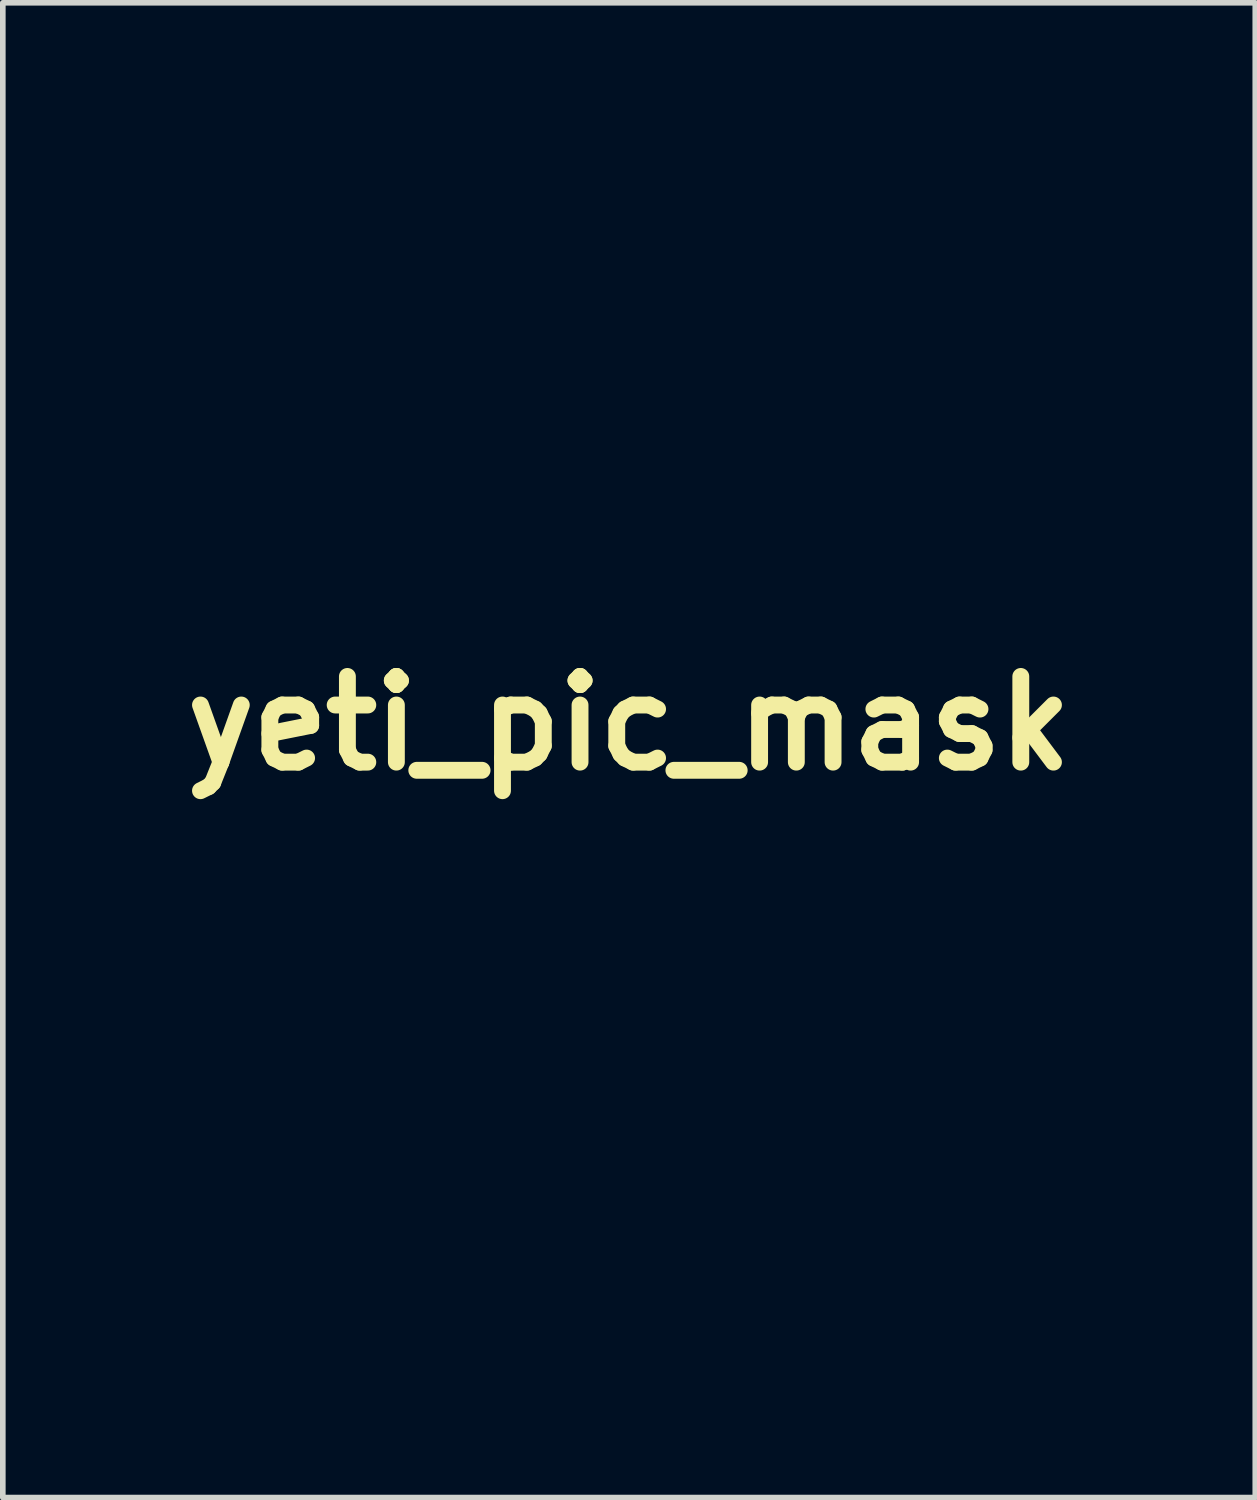
<source format=kicad_pcb>
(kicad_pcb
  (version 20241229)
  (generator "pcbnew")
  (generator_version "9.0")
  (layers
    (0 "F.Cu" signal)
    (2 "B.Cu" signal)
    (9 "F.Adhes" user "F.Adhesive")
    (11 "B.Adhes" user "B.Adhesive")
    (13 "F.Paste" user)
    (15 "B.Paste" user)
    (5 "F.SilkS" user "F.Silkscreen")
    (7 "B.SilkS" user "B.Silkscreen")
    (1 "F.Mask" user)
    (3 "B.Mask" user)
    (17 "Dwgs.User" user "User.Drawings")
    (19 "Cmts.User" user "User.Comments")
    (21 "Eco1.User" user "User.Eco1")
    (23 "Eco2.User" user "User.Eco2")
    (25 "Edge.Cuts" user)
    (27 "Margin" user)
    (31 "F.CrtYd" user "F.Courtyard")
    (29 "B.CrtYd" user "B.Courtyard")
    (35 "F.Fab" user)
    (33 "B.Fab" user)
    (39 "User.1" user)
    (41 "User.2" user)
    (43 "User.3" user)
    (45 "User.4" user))
  (footprint "yeti_pic_mask"
    (layer "F.Cu")
    (at 8.135 9.813)
    (property "Reference" "yeti_pic_mask" (at 0 0 0) (layer "F.SilkS") (effects (font (size 1.524 1.524) (thickness 0.3))))
    (attr board_only exclude_from_pos_files exclude_from_bom)
    (fp_poly (pts (xy 1.015 -9.812) (xy 1.189 -9.81) (xy 1.358 -9.806) (xy 1.523 -9.801) (xy 1.688 -9.794) (xy 1.803 -9.788) (xy 1.885 -9.784) (xy 1.956 -9.778) (xy 2.017 -9.771) (xy 2.072 -9.762) (xy 2.123 -9.751) (xy 2.172 -9.736) (xy 2.222 -9.718) (xy 2.275 -9.696) (xy 2.334 -9.669) (xy 2.339 -9.667) (xy 2.378 -9.649) (xy 2.414 -9.634) (xy 2.45 -9.621) (xy 2.485 -9.61) (xy 2.524 -9.6) (xy 2.566 -9.592) (xy 2.614 -9.585) (xy 2.669 -9.578) (xy 2.733 -9.572) (xy 2.808 -9.566) (xy 2.896 -9.56) (xy 2.899 -9.56) (xy 2.948 -9.556) (xy 2.992 -9.553) (xy 3.028 -9.549) (xy 3.057 -9.547) (xy 3.074 -9.544) (xy 3.079 -9.543) (xy 3.074 -9.537) (xy 3.06 -9.525) (xy 3.041 -9.508) (xy 3.035 -9.504) (xy 3.018 -9.489) (xy 2.996 -9.467) (xy 2.971 -9.442) (xy 2.944 -9.414) (xy 2.918 -9.386) (xy 2.894 -9.36) (xy 2.875 -9.338) (xy 2.862 -9.322) (xy 2.858 -9.315) (xy 2.864 -9.313) (xy 2.88 -9.314) (xy 2.895 -9.316) (xy 2.93 -9.32) (xy 2.971 -9.324) (xy 3.015 -9.328) (xy 3.062 -9.33) (xy 3.108 -9.331) (xy 3.152 -9.332) (xy 3.192 -9.332) (xy 3.225 -9.33) (xy 3.25 -9.328) (xy 3.265 -9.325) (xy 3.267 -9.321) (xy 3.261 -9.316) (xy 3.244 -9.303) (xy 3.218 -9.283) (xy 3.184 -9.258) (xy 3.143 -9.227) (xy 3.096 -9.191) (xy 3.043 -9.153) (xy 2.987 -9.111) (xy 2.967 -9.096) (xy 2.67 -8.876) (xy 2.712 -8.875) (xy 2.762 -8.872) (xy 2.809 -8.869) (xy 2.851 -8.865) (xy 2.887 -8.861) (xy 2.913 -8.858) (xy 2.928 -8.854) (xy 2.931 -8.853) (xy 2.933 -8.848) (xy 2.932 -8.842) (xy 2.928 -8.831) (xy 2.92 -8.816) (xy 2.907 -8.795) (xy 2.889 -8.768) (xy 2.864 -8.732) (xy 2.832 -8.688) (xy 2.793 -8.634) (xy 2.776 -8.609) (xy 2.726 -8.54) (xy 2.685 -8.482) (xy 2.652 -8.433) (xy 2.626 -8.393) (xy 2.607 -8.361) (xy 2.595 -8.336) (xy 2.589 -8.318) (xy 2.588 -8.305) (xy 2.592 -8.297) (xy 2.6 -8.293) (xy 2.61 -8.292) (xy 2.633 -8.291) (xy 2.665 -8.29) (xy 2.704 -8.29) (xy 2.749 -8.289) (xy 2.762 -8.289) (xy 2.835 -8.289) (xy 2.897 -8.286) (xy 2.95 -8.282) (xy 2.997 -8.275) (xy 3.042 -8.265) (xy 3.086 -8.252) (xy 3.153 -8.226) (xy 3.215 -8.193) (xy 3.271 -8.155) (xy 3.316 -8.115) (xy 3.343 -8.083) (xy 3.368 -8.041) (xy 3.381 -8.002) (xy 3.383 -7.963) (xy 3.382 -7.955) (xy 3.37 -7.921) (xy 3.345 -7.888) (xy 3.31 -7.858) (xy 3.266 -7.832) (xy 3.214 -7.81) (xy 3.157 -7.793) (xy 3.097 -7.783) (xy 3.04 -7.78) (xy 2.983 -7.784) (xy 2.918 -7.795) (xy 2.847 -7.812) (xy 2.774 -7.835) (xy 2.701 -7.861) (xy 2.633 -7.891) (xy 2.571 -7.922) (xy 2.519 -7.955) (xy 2.506 -7.964) (xy 2.474 -7.988) (xy 2.464 -7.972) (xy 2.456 -7.96) (xy 2.444 -7.938) (xy 2.43 -7.909) (xy 2.416 -7.882) (xy 2.379 -7.808) (xy 2.397 -7.792) (xy 2.41 -7.783) (xy 2.432 -7.768) (xy 2.461 -7.75) (xy 2.494 -7.73) (xy 2.507 -7.722) (xy 2.542 -7.701) (xy 2.574 -7.68) (xy 2.602 -7.661) (xy 2.622 -7.647) (xy 2.626 -7.644) (xy 2.654 -7.62) (xy 2.611 -7.599) (xy 2.561 -7.576) (xy 2.506 -7.555) (xy 2.454 -7.539) (xy 2.428 -7.533) (xy 2.407 -7.528) (xy 2.392 -7.523) (xy 2.387 -7.519) (xy 2.393 -7.512) (xy 2.409 -7.499) (xy 2.432 -7.481) (xy 2.461 -7.461) (xy 2.494 -7.439) (xy 2.527 -7.419) (xy 2.557 -7.4) (xy 2.586 -7.38) (xy 2.609 -7.362) (xy 2.615 -7.357) (xy 2.646 -7.33) (xy 2.616 -7.31) (xy 2.588 -7.289) (xy 2.551 -7.259) (xy 2.509 -7.223) (xy 2.463 -7.181) (xy 2.416 -7.136) (xy 2.368 -7.089) (xy 2.345 -7.065) (xy 2.312 -7.031) (xy 2.288 -7.006) (xy 2.272 -6.988) (xy 2.263 -6.976) (xy 2.259 -6.97) (xy 2.261 -6.966) (xy 2.267 -6.964) (xy 2.268 -6.964) (xy 2.281 -6.964) (xy 2.305 -6.966) (xy 2.339 -6.97) (xy 2.379 -6.974) (xy 2.423 -6.979) (xy 2.428 -6.98) (xy 2.555 -6.996) (xy 2.67 -7.008) (xy 2.778 -7.018) (xy 2.881 -7.025) (xy 2.982 -7.03) (xy 3.085 -7.033) (xy 3.192 -7.033) (xy 3.3 -7.032) (xy 3.397 -7.03) (xy 3.484 -7.027) (xy 3.564 -7.022) (xy 3.64 -7.016) (xy 3.718 -7.009) (xy 3.799 -6.999) (xy 3.863 -6.991) (xy 3.902 -6.985) (xy 3.94 -6.978) (xy 3.98 -6.969) (xy 4.025 -6.959) (xy 4.077 -6.945) (xy 4.139 -6.928) (xy 4.18 -6.916) (xy 4.371 -6.86) (xy 4.562 -6.8) (xy 4.75 -6.737) (xy 4.936 -6.672) (xy 5.116 -6.605) (xy 5.29 -6.538) (xy 5.456 -6.47) (xy 5.611 -6.402) (xy 5.755 -6.335) (xy 5.848 -6.289) (xy 5.884 -6.271) (xy 5.925 -6.249) (xy 5.97 -6.224) (xy 6.016 -6.198) (xy 6.062 -6.172) (xy 6.107 -6.146) (xy 6.149 -6.122) (xy 6.185 -6.1) (xy 6.215 -6.082) (xy 6.237 -6.068) (xy 6.249 -6.06) (xy 6.25 -6.058) (xy 6.243 -6.051) (xy 6.223 -6.042) (xy 6.191 -6.031) (xy 6.146 -6.017) (xy 6.091 -6.002) (xy 6.026 -5.984) (xy 5.951 -5.966) (xy 5.868 -5.945) (xy 5.776 -5.924) (xy 5.705 -5.908) (xy 5.65 -5.896) (xy 5.6 -5.884) (xy 5.555 -5.874) (xy 5.518 -5.865) (xy 5.491 -5.858) (xy 5.474 -5.854) (xy 5.471 -5.853) (xy 5.469 -5.845) (xy 5.478 -5.831) (xy 5.498 -5.809) (xy 5.527 -5.781) (xy 5.566 -5.747) (xy 5.613 -5.708) (xy 5.667 -5.665) (xy 5.73 -5.617) (xy 5.758 -5.596) (xy 5.805 -5.561) (xy 5.852 -5.525) (xy 5.897 -5.49) (xy 5.938 -5.458) (xy 5.972 -5.431) (xy 5.996 -5.411) (xy 6.032 -5.379) (xy 6.062 -5.349) (xy 6.087 -5.323) (xy 6.104 -5.303) (xy 6.113 -5.289) (xy 6.112 -5.283) (xy 6.104 -5.282) (xy 6.084 -5.281) (xy 6.054 -5.28) (xy 6.015 -5.28) (xy 5.971 -5.28) (xy 5.948 -5.28) (xy 5.787 -5.281) (xy 5.831 -5.229) (xy 5.847 -5.208) (xy 5.871 -5.178) (xy 5.898 -5.141) (xy 5.929 -5.1) (xy 5.96 -5.057) (xy 5.977 -5.033) (xy 6.017 -4.977) (xy 6.051 -4.93) (xy 6.081 -4.891) (xy 6.107 -4.857) (xy 6.133 -4.826) (xy 6.159 -4.795) (xy 6.188 -4.764) (xy 6.222 -4.728) (xy 6.234 -4.716) (xy 6.298 -4.644) (xy 6.366 -4.561) (xy 6.435 -4.468) (xy 6.505 -4.367) (xy 6.574 -4.26) (xy 6.631 -4.164) (xy 6.646 -4.136) (xy 6.661 -4.104) (xy 6.676 -4.071) (xy 6.688 -4.039) (xy 6.696 -4.014) (xy 6.699 -3.998) (xy 6.699 -3.997) (xy 6.698 -3.994) (xy 6.692 -3.992) (xy 6.681 -3.992) (xy 6.663 -3.995) (xy 6.635 -4) (xy 6.597 -4.009) (xy 6.561 -4.017) (xy 6.479 -4.036) (xy 6.401 -4.058) (xy 6.329 -4.081) (xy 6.264 -4.105) (xy 6.209 -4.129) (xy 6.166 -4.152) (xy 6.15 -4.162) (xy 6.138 -4.171) (xy 6.129 -4.175) (xy 6.123 -4.175) (xy 6.12 -4.169) (xy 6.121 -4.156) (xy 6.126 -4.135) (xy 6.135 -4.106) (xy 6.149 -4.066) (xy 6.167 -4.015) (xy 6.189 -3.952) (xy 6.195 -3.938) (xy 6.216 -3.879) (xy 6.236 -3.822) (xy 6.255 -3.768) (xy 6.271 -3.72) (xy 6.284 -3.68) (xy 6.294 -3.649) (xy 6.298 -3.635) (xy 6.305 -3.605) (xy 6.31 -3.57) (xy 6.315 -3.533) (xy 6.319 -3.496) (xy 6.321 -3.462) (xy 6.322 -3.435) (xy 6.32 -3.415) (xy 6.317 -3.407) (xy 6.316 -3.407) (xy 6.309 -3.411) (xy 6.294 -3.424) (xy 6.275 -3.443) (xy 6.268 -3.45) (xy 6.231 -3.486) (xy 6.187 -3.525) (xy 6.141 -3.563) (xy 6.098 -3.596) (xy 6.084 -3.606) (xy 6.044 -3.63) (xy 5.998 -3.653) (xy 5.949 -3.674) (xy 5.901 -3.692) (xy 5.857 -3.705) (xy 5.819 -3.712) (xy 5.804 -3.713) (xy 5.787 -3.711) (xy 5.774 -3.706) (xy 5.764 -3.695) (xy 5.756 -3.676) (xy 5.749 -3.647) (xy 5.743 -3.606) (xy 5.74 -3.588) (xy 5.736 -3.56) (xy 5.733 -3.531) (xy 5.731 -3.5) (xy 5.729 -3.467) (xy 5.728 -3.43) (xy 5.728 -3.389) (xy 5.728 -3.342) (xy 5.73 -3.288) (xy 5.732 -3.227) (xy 5.735 -3.157) (xy 5.738 -3.078) (xy 5.743 -2.989) (xy 5.748 -2.888) (xy 5.755 -2.776) (xy 5.762 -2.649) (xy 5.762 -2.648) (xy 5.766 -2.576) (xy 5.77 -2.501) (xy 5.774 -2.427) (xy 5.778 -2.355) (xy 5.782 -2.29) (xy 5.784 -2.233) (xy 5.786 -2.187) (xy 5.787 -2.184) (xy 5.788 -2.143) (xy 5.789 -2.089) (xy 5.791 -2.022) (xy 5.792 -1.944) (xy 5.793 -1.855) (xy 5.794 -1.758) (xy 5.795 -1.652) (xy 5.796 -1.538) (xy 5.797 -1.419) (xy 5.797 -1.294) (xy 5.798 -1.164) (xy 5.798 -1.031) (xy 5.799 -0.896) (xy 5.799 -0.76) (xy 5.799 -0.623) (xy 5.799 -0.486) (xy 5.799 -0.351) (xy 5.798 -0.219) (xy 5.798 -0.09) (xy 5.797 0.034) (xy 5.797 0.153) (xy 5.796 0.26) (xy 5.795 0.362) (xy 5.794 0.46) (xy 5.794 0.555) (xy 5.794 0.644) (xy 5.793 0.727) (xy 5.793 0.803) (xy 5.793 0.871) (xy 5.793 0.93) (xy 5.794 0.977) (xy 5.794 1.014) (xy 5.795 1.038) (xy 5.795 1.044) (xy 5.801 1.102) (xy 5.807 1.154) (xy 5.816 1.206) (xy 5.829 1.264) (xy 5.838 1.304) (xy 5.86 1.384) (xy 5.885 1.456) (xy 5.915 1.521) (xy 5.952 1.584) (xy 5.998 1.649) (xy 6.044 1.706) (xy 6.087 1.76) (xy 6.127 1.812) (xy 6.165 1.865) (xy 6.202 1.921) (xy 6.24 1.983) (xy 6.28 2.051) (xy 6.322 2.129) (xy 6.362 2.203) (xy 6.385 2.249) (xy 6.406 2.291) (xy 6.423 2.326) (xy 6.435 2.354) (xy 6.442 2.372) (xy 6.443 2.377) (xy 6.442 2.388) (xy 6.438 2.393) (xy 6.427 2.395) (xy 6.407 2.393) (xy 6.401 2.393) (xy 6.354 2.382) (xy 6.303 2.359) (xy 6.25 2.325) (xy 6.209 2.291) (xy 6.187 2.272) (xy 6.168 2.256) (xy 6.157 2.247) (xy 6.154 2.245) (xy 6.154 2.251) (xy 6.157 2.27) (xy 6.164 2.297) (xy 6.173 2.333) (xy 6.185 2.374) (xy 6.198 2.418) (xy 6.201 2.428) (xy 6.212 2.465) (xy 6.222 2.505) (xy 6.232 2.544) (xy 6.241 2.58) (xy 6.247 2.61) (xy 6.25 2.63) (xy 6.25 2.634) (xy 6.244 2.636) (xy 6.234 2.637) (xy 6.211 2.632) (xy 6.181 2.619) (xy 6.149 2.6) (xy 6.124 2.582) (xy 6.091 2.555) (xy 6.096 2.576) (xy 6.1 2.59) (xy 6.108 2.614) (xy 6.12 2.647) (xy 6.133 2.685) (xy 6.147 2.725) (xy 6.168 2.786) (xy 6.187 2.842) (xy 6.202 2.894) (xy 6.215 2.94) (xy 6.223 2.977) (xy 6.228 3.005) (xy 6.229 3.023) (xy 6.225 3.029) (xy 6.215 3.025) (xy 6.196 3.016) (xy 6.172 3.003) (xy 6.147 2.988) (xy 6.125 2.973) (xy 6.119 2.969) (xy 6.095 2.954) (xy 6.081 2.949) (xy 6.073 2.953) (xy 6.072 2.962) (xy 6.068 2.971) (xy 6.059 2.969) (xy 6.05 2.959) (xy 6.045 2.953) (xy 6.046 2.958) (xy 6.062 3.012) (xy 6.078 3.062) (xy 6.096 3.112) (xy 6.116 3.167) (xy 6.14 3.23) (xy 6.145 3.243) (xy 6.171 3.31) (xy 6.194 3.37) (xy 6.214 3.422) (xy 6.229 3.464) (xy 6.241 3.496) (xy 6.247 3.516) (xy 6.249 3.524) (xy 6.249 3.525) (xy 6.241 3.524) (xy 6.222 3.522) (xy 6.192 3.519) (xy 6.154 3.514) (xy 6.11 3.508) (xy 6.08 3.504) (xy 6.027 3.497) (xy 5.986 3.492) (xy 5.956 3.489) (xy 5.934 3.487) (xy 5.92 3.488) (xy 5.912 3.489) (xy 5.908 3.492) (xy 5.908 3.492) (xy 5.905 3.503) (xy 5.903 3.525) (xy 5.902 3.555) (xy 5.901 3.59) (xy 5.901 3.595) (xy 5.901 3.622) (xy 5.9 3.648) (xy 5.9 3.672) (xy 5.898 3.697) (xy 5.896 3.724) (xy 5.894 3.754) (xy 5.89 3.787) (xy 5.885 3.825) (xy 5.879 3.869) (xy 5.871 3.92) (xy 5.862 3.978) (xy 5.852 4.046) (xy 5.839 4.125) (xy 5.825 4.214) (xy 5.809 4.316) (xy 5.797 4.387) (xy 5.776 4.516) (xy 5.755 4.646) (xy 5.733 4.775) (xy 5.712 4.901) (xy 5.691 5.025) (xy 5.67 5.144) (xy 5.65 5.258) (xy 5.631 5.366) (xy 5.614 5.467) (xy 5.597 5.559) (xy 5.582 5.642) (xy 5.568 5.715) (xy 5.556 5.776) (xy 5.546 5.825) (xy 5.541 5.846) (xy 5.532 5.883) (xy 5.524 5.911) (xy 5.514 5.934) (xy 5.501 5.956) (xy 5.491 5.969) (xy 5.447 6.022) (xy 5.397 6.062) (xy 5.344 6.09) (xy 5.288 6.105) (xy 5.279 6.106) (xy 5.238 6.11) (xy 5.203 6.075) (xy 5.169 6.04) (xy 5.13 6.071) (xy 5.089 6.101) (xy 5.037 6.135) (xy 4.978 6.171) (xy 4.915 6.206) (xy 4.89 6.219) (xy 4.856 6.236) (xy 4.831 6.248) (xy 4.811 6.255) (xy 4.791 6.26) (xy 4.768 6.262) (xy 4.751 6.263) (xy 4.7 6.264) (xy 4.662 6.26) (xy 4.635 6.251) (xy 4.619 6.236) (xy 4.612 6.215) (xy 4.611 6.205) (xy 4.615 6.186) (xy 4.625 6.157) (xy 4.64 6.123) (xy 4.659 6.086) (xy 4.679 6.051) (xy 4.699 6.02) (xy 4.674 6.025) (xy 4.611 6.038) (xy 4.556 6.046) (xy 4.504 6.05) (xy 4.469 6.05) (xy 4.399 6.048) (xy 4.341 6.041) (xy 4.292 6.029) (xy 4.251 6.01) (xy 4.216 5.985) (xy 4.192 5.961) (xy 4.156 5.912) (xy 4.133 5.857) (xy 4.122 5.795) (xy 4.124 5.729) (xy 4.126 5.713) (xy 4.133 5.679) (xy 4.143 5.65) (xy 4.158 5.623) (xy 4.179 5.593) (xy 4.209 5.559) (xy 4.214 5.555) (xy 4.24 5.526) (xy 4.267 5.496) (xy 4.292 5.469) (xy 4.301 5.459) (xy 4.315 5.444) (xy 4.338 5.421) (xy 4.368 5.392) (xy 4.404 5.358) (xy 4.444 5.32) (xy 4.487 5.28) (xy 4.508 5.26) (xy 4.558 5.212) (xy 4.603 5.17) (xy 4.639 5.133) (xy 4.667 5.104) (xy 4.687 5.083) (xy 4.695 5.071) (xy 4.703 5.05) (xy 4.713 5.018) (xy 4.724 4.975) (xy 4.735 4.923) (xy 4.747 4.864) (xy 4.759 4.8) (xy 4.771 4.733) (xy 4.783 4.664) (xy 4.793 4.596) (xy 4.803 4.53) (xy 4.811 4.467) (xy 4.817 4.411) (xy 4.821 4.362) (xy 4.823 4.337) (xy 4.823 4.268) (xy 4.82 4.208) (xy 4.811 4.151) (xy 4.796 4.093) (xy 4.774 4.028) (xy 4.767 4.01) (xy 4.756 3.98) (xy 4.741 3.938) (xy 4.723 3.889) (xy 4.703 3.833) (xy 4.683 3.774) (xy 4.662 3.714) (xy 4.654 3.688) (xy 4.627 3.611) (xy 4.605 3.546) (xy 4.586 3.491) (xy 4.57 3.447) (xy 4.557 3.41) (xy 4.545 3.381) (xy 4.535 3.358) (xy 4.527 3.339) (xy 4.518 3.323) (xy 4.515 3.317) (xy 4.495 3.291) (xy 4.472 3.27) (xy 4.449 3.259) (xy 4.438 3.257) (xy 4.416 3.262) (xy 4.389 3.277) (xy 4.362 3.298) (xy 4.342 3.316) (xy 4.309 3.359) (xy 4.285 3.406) (xy 4.27 3.459) (xy 4.263 3.519) (xy 4.263 3.589) (xy 4.272 3.669) (xy 4.273 3.677) (xy 4.286 3.745) (xy 4.305 3.815) (xy 4.331 3.89) (xy 4.366 3.972) (xy 4.395 4.035) (xy 4.456 4.162) (xy 4.456 4.223) (xy 4.45 4.287) (xy 4.435 4.347) (xy 4.41 4.401) (xy 4.377 4.447) (xy 4.342 4.478) (xy 4.304 4.497) (xy 4.261 4.503) (xy 4.217 4.499) (xy 4.172 4.484) (xy 4.132 4.458) (xy 4.112 4.441) (xy 4.091 4.416) (xy 4.064 4.381) (xy 4.033 4.338) (xy 4 4.289) (xy 3.965 4.236) (xy 3.931 4.182) (xy 3.899 4.128) (xy 3.869 4.078) (xy 3.845 4.032) (xy 3.833 4.008) (xy 3.802 3.945) (xy 3.803 3.816) (xy 3.812 3.643) (xy 3.834 3.473) (xy 3.871 3.305) (xy 3.921 3.14) (xy 3.98 2.99) (xy 4.051 2.843) (xy 4.131 2.706) (xy 4.223 2.575) (xy 4.256 2.533) (xy 4.29 2.491) (xy 4.331 2.442) (xy 4.377 2.387) (xy 4.427 2.329) (xy 4.48 2.269) (xy 4.532 2.208) (xy 4.584 2.149) (xy 4.634 2.093) (xy 4.679 2.043) (xy 4.719 1.999) (xy 4.752 1.965) (xy 4.76 1.956) (xy 4.811 1.904) (xy 4.852 1.861) (xy 4.884 1.825) (xy 4.909 1.796) (xy 4.927 1.771) (xy 4.94 1.75) (xy 4.947 1.732) (xy 4.95 1.714) (xy 4.951 1.697) (xy 4.95 1.687) (xy 4.942 1.634) (xy 4.93 1.57) (xy 4.914 1.493) (xy 4.895 1.406) (xy 4.873 1.31) (xy 4.848 1.205) (xy 4.82 1.092) (xy 4.791 0.973) (xy 4.758 0.848) (xy 4.725 0.718) (xy 4.689 0.585) (xy 4.653 0.45) (xy 4.615 0.313) (xy 4.576 0.175) (xy 4.537 0.038) (xy 4.498 -0.098) (xy 4.459 -0.231) (xy 4.42 -0.361) (xy 4.382 -0.486) (xy 4.355 -0.571) (xy 4.334 -0.636) (xy 4.314 -0.699) (xy 4.294 -0.759) (xy 4.275 -0.813) (xy 4.257 -0.861) (xy 4.242 -0.9) (xy 4.23 -0.93) (xy 4.221 -0.948) (xy 4.219 -0.952) (xy 4.215 -0.952) (xy 4.207 -0.946) (xy 4.196 -0.932) (xy 4.181 -0.909) (xy 4.16 -0.876) (xy 4.133 -0.833) (xy 4.11 -0.796) (xy 4.052 -0.7) (xy 4.001 -0.615) (xy 3.956 -0.54) (xy 3.916 -0.473) (xy 3.881 -0.414) (xy 3.851 -0.362) (xy 3.824 -0.314) (xy 3.801 -0.271) (xy 3.78 -0.231) (xy 3.761 -0.192) (xy 3.743 -0.155) (xy 3.726 -0.117) (xy 3.709 -0.077) (xy 3.691 -0.034) (xy 3.672 0.013) (xy 3.665 0.032) (xy 3.635 0.107) (xy 3.602 0.193) (xy 3.565 0.289) (xy 3.525 0.395) (xy 3.482 0.509) (xy 3.438 0.63) (xy 3.391 0.757) (xy 3.342 0.889) (xy 3.293 1.025) (xy 3.242 1.164) (xy 3.192 1.305) (xy 3.141 1.448) (xy 3.09 1.59) (xy 3.04 1.731) (xy 2.991 1.869) (xy 2.943 2.005) (xy 2.898 2.136) (xy 2.854 2.262) (xy 2.813 2.381) (xy 2.774 2.494) (xy 2.739 2.597) (xy 2.708 2.692) (xy 2.68 2.775) (xy 2.657 2.848) (xy 2.643 2.893) (xy 2.627 2.958) (xy 2.621 3.013) (xy 2.624 3.061) (xy 2.63 3.083) (xy 2.635 3.097) (xy 2.646 3.121) (xy 2.661 3.155) (xy 2.679 3.195) (xy 2.7 3.241) (xy 2.723 3.289) (xy 2.723 3.29) (xy 2.749 3.346) (xy 2.776 3.404) (xy 2.803 3.463) (xy 2.828 3.519) (xy 2.85 3.567) (xy 2.861 3.593) (xy 2.897 3.674) (xy 2.93 3.744) (xy 2.962 3.809) (xy 2.995 3.872) (xy 3.032 3.935) (xy 3.073 4.004) (xy 3.078 4.012) (xy 3.105 4.057) (xy 3.136 4.111) (xy 3.17 4.169) (xy 3.204 4.23) (xy 3.236 4.288) (xy 3.253 4.319) (xy 3.303 4.412) (xy 3.347 4.495) (xy 3.383 4.567) (xy 3.414 4.631) (xy 3.44 4.688) (xy 3.461 4.739) (xy 3.477 4.785) (xy 3.49 4.827) (xy 3.499 4.867) (xy 3.506 4.906) (xy 3.51 4.945) (xy 3.51 4.952) (xy 3.512 4.972) (xy 3.512 4.991) (xy 3.512 5.009) (xy 3.51 5.03) (xy 3.507 5.056) (xy 3.503 5.087) (xy 3.496 5.128) (xy 3.488 5.179) (xy 3.482 5.213) (xy 3.478 5.239) (xy 3.474 5.27) (xy 3.469 5.307) (xy 3.463 5.351) (xy 3.457 5.403) (xy 3.451 5.462) (xy 3.444 5.531) (xy 3.436 5.609) (xy 3.427 5.697) (xy 3.417 5.796) (xy 3.406 5.907) (xy 3.394 6.031) (xy 3.381 6.168) (xy 3.375 6.236) (xy 3.364 6.349) (xy 3.354 6.449) (xy 3.346 6.539) (xy 3.337 6.622) (xy 3.329 6.699) (xy 3.321 6.772) (xy 3.314 6.844) (xy 3.305 6.916) (xy 3.303 6.942) (xy 3.296 7.011) (xy 3.296 7.068) (xy 3.301 7.113) (xy 3.311 7.147) (xy 3.328 7.17) (xy 3.35 7.183) (xy 3.357 7.185) (xy 3.372 7.187) (xy 3.398 7.191) (xy 3.433 7.196) (xy 3.474 7.202) (xy 3.519 7.208) (xy 3.524 7.209) (xy 3.626 7.222) (xy 3.715 7.235) (xy 3.791 7.247) (xy 3.855 7.259) (xy 3.909 7.269) (xy 3.976 7.282) (xy 4.054 7.293) (xy 4.139 7.302) (xy 4.23 7.309) (xy 4.323 7.315) (xy 4.415 7.318) (xy 4.503 7.318) (xy 4.585 7.316) (xy 4.656 7.312) (xy 4.678 7.309) (xy 4.721 7.305) (xy 4.765 7.302) (xy 4.81 7.3) (xy 4.852 7.298) (xy 4.889 7.298) (xy 4.919 7.299) (xy 4.938 7.301) (xy 4.943 7.303) (xy 4.956 7.318) (xy 4.963 7.341) (xy 4.965 7.374) (xy 4.962 7.419) (xy 4.954 7.475) (xy 4.946 7.515) (xy 4.936 7.571) (xy 4.929 7.617) (xy 4.928 7.652) (xy 4.93 7.68) (xy 4.938 7.701) (xy 4.951 7.719) (xy 4.961 7.729) (xy 4.975 7.739) (xy 4.99 7.744) (xy 5.011 7.747) (xy 5.031 7.747) (xy 5.064 7.745) (xy 5.102 7.739) (xy 5.145 7.729) (xy 5.195 7.714) (xy 5.254 7.694) (xy 5.323 7.669) (xy 5.395 7.64) (xy 5.444 7.621) (xy 5.491 7.603) (xy 5.533 7.587) (xy 5.568 7.575) (xy 5.594 7.566) (xy 5.607 7.562) (xy 5.64 7.557) (xy 5.668 7.555) (xy 5.689 7.556) (xy 5.7 7.56) (xy 5.701 7.563) (xy 5.698 7.575) (xy 5.687 7.595) (xy 5.673 7.62) (xy 5.656 7.645) (xy 5.642 7.665) (xy 5.63 7.679) (xy 5.61 7.702) (xy 5.585 7.731) (xy 5.555 7.764) (xy 5.524 7.799) (xy 5.493 7.833) (xy 5.463 7.865) (xy 5.438 7.893) (xy 5.418 7.913) (xy 5.407 7.924) (xy 5.392 7.939) (xy 5.39 7.949) (xy 5.4 7.956) (xy 5.411 7.96) (xy 5.446 7.967) (xy 5.492 7.971) (xy 5.546 7.972) (xy 5.608 7.971) (xy 5.673 7.967) (xy 5.739 7.96) (xy 5.805 7.95) (xy 5.829 7.946) (xy 5.887 7.935) (xy 5.933 7.926) (xy 5.969 7.92) (xy 5.997 7.916) (xy 6.02 7.913) (xy 6.038 7.912) (xy 6.055 7.913) (xy 6.071 7.914) (xy 6.09 7.917) (xy 6.095 7.917) (xy 6.123 7.922) (xy 6.144 7.927) (xy 6.156 7.931) (xy 6.158 7.933) (xy 6.152 7.943) (xy 6.137 7.961) (xy 6.113 7.986) (xy 6.081 8.017) (xy 6.043 8.053) (xy 5.999 8.092) (xy 5.951 8.133) (xy 5.919 8.161) (xy 5.877 8.196) (xy 5.837 8.23) (xy 5.8 8.263) (xy 5.768 8.292) (xy 5.743 8.315) (xy 5.731 8.326) (xy 5.686 8.372) (xy 5.742 8.385) (xy 5.827 8.407) (xy 5.905 8.433) (xy 5.98 8.467) (xy 5.987 8.471) (xy 6.02 8.489) (xy 6.052 8.509) (xy 6.083 8.531) (xy 6.109 8.551) (xy 6.128 8.568) (xy 6.138 8.582) (xy 6.139 8.588) (xy 6.13 8.592) (xy 6.109 8.594) (xy 6.078 8.595) (xy 6.039 8.594) (xy 5.996 8.593) (xy 5.949 8.59) (xy 5.902 8.586) (xy 5.857 8.581) (xy 5.854 8.581) (xy 5.809 8.576) (xy 5.762 8.571) (xy 5.719 8.568) (xy 5.683 8.567) (xy 5.674 8.567) (xy 5.607 8.566) (xy 5.652 8.601) (xy 5.673 8.616) (xy 5.702 8.638) (xy 5.738 8.663) (xy 5.777 8.691) (xy 5.812 8.716) (xy 5.859 8.75) (xy 5.897 8.777) (xy 5.929 8.801) (xy 5.956 8.822) (xy 5.983 8.843) (xy 6.01 8.865) (xy 6.041 8.891) (xy 6.065 8.912) (xy 6.094 8.937) (xy 6.131 8.969) (xy 6.172 9.004) (xy 6.216 9.04) (xy 6.258 9.076) (xy 6.265 9.082) (xy 6.322 9.13) (xy 6.369 9.172) (xy 6.407 9.211) (xy 6.437 9.247) (xy 6.461 9.282) (xy 6.48 9.319) (xy 6.496 9.359) (xy 6.506 9.389) (xy 6.512 9.409) (xy 6.516 9.429) (xy 6.518 9.452) (xy 6.52 9.481) (xy 6.521 9.518) (xy 6.521 9.564) (xy 6.519 9.65) (xy 6.514 9.724) (xy 6.504 9.787) (xy 6.49 9.84) (xy 6.471 9.885) (xy 6.455 9.913) (xy 6.429 9.939) (xy 6.392 9.963) (xy 6.346 9.981) (xy 6.293 9.996) (xy 6.234 10.005) (xy 6.174 10.008) (xy 6.113 10.006) (xy 6.055 9.998) (xy 6.034 9.993) (xy 6.006 9.984) (xy 5.97 9.97) (xy 5.931 9.954) (xy 5.891 9.936) (xy 5.857 9.92) (xy 5.837 9.908) (xy 5.833 9.914) (xy 5.824 9.929) (xy 5.811 9.954) (xy 5.796 9.984) (xy 5.793 9.99) (xy 5.764 10.045) (xy 5.737 10.087) (xy 5.708 10.118) (xy 5.678 10.14) (xy 5.643 10.154) (xy 5.602 10.16) (xy 5.587 10.162) (xy 5.556 10.162) (xy 5.532 10.16) (xy 5.507 10.153) (xy 5.479 10.143) (xy 5.405 10.11) (xy 5.342 10.073) (xy 5.293 10.035) (xy 5.255 10) (xy 5.246 10.036) (xy 5.236 10.067) (xy 5.217 10.105) (xy 5.192 10.147) (xy 5.163 10.191) (xy 5.131 10.235) (xy 5.099 10.275) (xy 5.068 10.308) (xy 5.059 10.316) (xy 4.999 10.362) (xy 4.93 10.396) (xy 4.877 10.413) (xy 4.824 10.423) (xy 4.762 10.428) (xy 4.692 10.428) (xy 4.62 10.423) (xy 4.547 10.414) (xy 4.477 10.401) (xy 4.414 10.384) (xy 4.405 10.381) (xy 4.342 10.355) (xy 4.285 10.324) (xy 4.23 10.284) (xy 4.176 10.235) (xy 4.121 10.174) (xy 4.111 10.162) (xy 4.087 10.134) (xy 4.067 10.112) (xy 4.051 10.096) (xy 4.042 10.089) (xy 4.04 10.089) (xy 4.034 10.099) (xy 4.023 10.119) (xy 4.009 10.147) (xy 3.992 10.181) (xy 3.974 10.217) (xy 3.957 10.255) (xy 3.94 10.29) (xy 3.927 10.32) (xy 3.918 10.341) (xy 3.893 10.397) (xy 3.864 10.446) (xy 3.829 10.491) (xy 3.787 10.533) (xy 3.736 10.575) (xy 3.674 10.617) (xy 3.627 10.646) (xy 3.546 10.69) (xy 3.466 10.723) (xy 3.393 10.745) (xy 3.367 10.752) (xy 3.343 10.757) (xy 3.317 10.76) (xy 3.288 10.763) (xy 3.252 10.764) (xy 3.206 10.765) (xy 3.186 10.765) (xy 3.141 10.766) (xy 3.101 10.766) (xy 3.067 10.766) (xy 3.043 10.765) (xy 3.029 10.764) (xy 3.029 10.764) (xy 3.014 10.762) (xy 2.99 10.758) (xy 2.959 10.753) (xy 2.94 10.75) (xy 2.794 10.721) (xy 2.657 10.681) (xy 2.528 10.63) (xy 2.408 10.567) (xy 2.297 10.494) (xy 2.195 10.41) (xy 2.161 10.378) (xy 2.089 10.298) (xy 2.03 10.214) (xy 1.981 10.124) (xy 1.943 10.027) (xy 1.916 9.921) (xy 1.898 9.806) (xy 1.895 9.774) (xy 1.892 9.653) (xy 1.902 9.533) (xy 1.927 9.416) (xy 1.965 9.302) (xy 2.016 9.193) (xy 2.08 9.088) (xy 2.119 9.034) (xy 2.159 8.986) (xy 2.196 8.948) (xy 2.231 8.919) (xy 2.266 8.898) (xy 2.306 8.882) (xy 2.316 8.879) (xy 2.353 8.861) (xy 2.382 8.833) (xy 2.399 8.795) (xy 2.401 8.785) (xy 2.405 8.753) (xy 2.405 8.709) (xy 2.401 8.655) (xy 2.394 8.592) (xy 2.383 8.523) (xy 2.376 8.481) (xy 2.357 8.387) (xy 2.336 8.299) (xy 2.313 8.22) (xy 2.289 8.151) (xy 2.264 8.092) (xy 2.238 8.044) (xy 2.212 8.008) (xy 2.191 7.989) (xy 2.137 7.945) (xy 2.093 7.894) (xy 2.06 7.838) (xy 2.041 7.787) (xy 2.034 7.743) (xy 2.032 7.692) (xy 2.035 7.639) (xy 2.043 7.589) (xy 2.045 7.582) (xy 2.052 7.557) (xy 2.065 7.522) (xy 2.081 7.483) (xy 2.098 7.441) (xy 2.106 7.424) (xy 2.134 7.359) (xy 2.156 7.303) (xy 2.174 7.252) (xy 2.188 7.204) (xy 2.2 7.153) (xy 2.21 7.097) (xy 2.215 7.067) (xy 2.222 7.017) (xy 2.227 6.973) (xy 2.23 6.931) (xy 2.232 6.885) (xy 2.233 6.831) (xy 2.234 6.795) (xy 2.233 6.738) (xy 2.233 6.691) (xy 2.23 6.651) (xy 2.226 6.615) (xy 2.22 6.579) (xy 2.211 6.539) (xy 2.199 6.493) (xy 2.188 6.453) (xy 2.166 6.368) (xy 2.149 6.286) (xy 2.136 6.202) (xy 2.127 6.112) (xy 2.124 6.054) (xy 2.121 6.005) (xy 2.12 5.964) (xy 2.12 5.928) (xy 2.121 5.892) (xy 2.124 5.852) (xy 2.128 5.804) (xy 2.131 5.778) (xy 2.136 5.725) (xy 2.143 5.664) (xy 2.15 5.597) (xy 2.157 5.531) (xy 2.163 5.471) (xy 2.164 5.463) (xy 2.169 5.407) (xy 2.174 5.349) (xy 2.179 5.292) (xy 2.183 5.241) (xy 2.185 5.199) (xy 2.186 5.188) (xy 2.19 5.084) (xy 2.129 4.939) (xy 2.042 4.737) (xy 1.956 4.549) (xy 1.87 4.376) (xy 1.785 4.216) (xy 1.7 4.071) (xy 1.615 3.939) (xy 1.53 3.821) (xy 1.446 3.716) (xy 1.379 3.643) (xy 1.301 3.567) (xy 1.225 3.503) (xy 1.15 3.451) (xy 1.074 3.41) (xy 0.995 3.378) (xy 0.911 3.355) (xy 0.861 3.346) (xy 0.796 3.338) (xy 0.726 3.337) (xy 0.655 3.34) (xy 0.584 3.349) (xy 0.518 3.362) (xy 0.46 3.379) (xy 0.422 3.395) (xy 0.356 3.435) (xy 0.288 3.489) (xy 0.216 3.555) (xy 0.142 3.635) (xy 0.066 3.728) (xy -0.012 3.833) (xy -0.092 3.95) (xy -0.173 4.08) (xy -0.256 4.221) (xy -0.34 4.373) (xy -0.425 4.536) (xy -0.485 4.657) (xy -0.535 4.762) (xy -0.579 4.855) (xy -0.617 4.939) (xy -0.65 5.015) (xy -0.678 5.084) (xy -0.702 5.147) (xy -0.715 5.185) (xy -0.755 5.299) (xy -0.712 5.361) (xy -0.671 5.426) (xy -0.64 5.487) (xy -0.62 5.547) (xy -0.608 5.608) (xy -0.603 5.675) (xy -0.603 5.684) (xy -0.604 5.725) (xy -0.607 5.761) (xy -0.613 5.797) (xy -0.622 5.839) (xy -0.624 5.844) (xy -0.631 5.875) (xy -0.637 5.901) (xy -0.64 5.926) (xy -0.643 5.954) (xy -0.644 5.986) (xy -0.645 6.028) (xy -0.645 6.054) (xy -0.644 6.107) (xy -0.642 6.155) (xy -0.638 6.2) (xy -0.632 6.245) (xy -0.623 6.293) (xy -0.611 6.348) (xy -0.595 6.411) (xy -0.587 6.442) (xy -0.564 6.525) (xy -0.539 6.609) (xy -0.512 6.693) (xy -0.481 6.781) (xy -0.447 6.872) (xy -0.409 6.969) (xy -0.366 7.072) (xy -0.318 7.183) (xy -0.264 7.304) (xy -0.204 7.435) (xy -0.176 7.494) (xy -0.142 7.568) (xy -0.113 7.63) (xy -0.089 7.682) (xy -0.07 7.724) (xy -0.054 7.759) (xy -0.042 7.786) (xy -0.033 7.808) (xy -0.026 7.825) (xy -0.021 7.839) (xy -0.018 7.851) (xy -0.015 7.862) (xy -0.014 7.868) (xy -0.009 7.907) (xy -0.009 7.955) (xy -0.013 8.01) (xy -0.021 8.066) (xy -0.032 8.12) (xy -0.046 8.169) (xy -0.061 8.209) (xy -0.061 8.209) (xy -0.094 8.26) (xy -0.139 8.306) (xy -0.194 8.344) (xy -0.258 8.376) (xy -0.331 8.4) (xy -0.411 8.416) (xy -0.481 8.422) (xy -0.545 8.422) (xy -0.6 8.417) (xy -0.652 8.406) (xy -0.705 8.387) (xy -0.763 8.36) (xy -0.77 8.357) (xy -0.862 8.314) (xy -0.956 8.28) (xy -1.054 8.253) (xy -1.157 8.235) (xy -1.267 8.223) (xy -1.385 8.219) (xy -1.515 8.221) (xy -1.552 8.223) (xy -1.651 8.229) (xy -1.75 8.238) (xy -1.85 8.249) (xy -1.954 8.264) (xy -2.064 8.281) (xy -2.182 8.302) (xy -2.311 8.327) (xy -2.372 8.339) (xy -2.462 8.358) (xy -2.541 8.375) (xy -2.613 8.391) (xy -2.683 8.408) (xy -2.753 8.426) (xy -2.828 8.446) (xy -2.91 8.469) (xy -2.922 8.473) (xy -3.236 8.556) (xy -3.546 8.626) (xy -3.853 8.682) (xy -4.157 8.725) (xy -4.233 8.734) (xy -4.28 8.739) (xy -4.331 8.745) (xy -4.381 8.75) (xy -4.422 8.755) (xy -4.422 8.755) (xy -4.466 8.76) (xy -4.515 8.763) (xy -4.562 8.765) (xy -4.586 8.766) (xy -4.608 8.766) (xy -4.627 8.766) (xy -4.644 8.768) (xy -4.661 8.771) (xy -4.679 8.776) (xy -4.699 8.784) (xy -4.723 8.795) (xy -4.753 8.811) (xy -4.79 8.831) (xy -4.836 8.856) (xy -4.891 8.888) (xy -4.928 8.909) (xy -5.019 8.96) (xy -5.108 9.008) (xy -5.192 9.053) (xy -5.271 9.094) (xy -5.344 9.13) (xy -5.409 9.16) (xy -5.464 9.185) (xy -5.51 9.203) (xy -5.527 9.209) (xy -5.652 9.244) (xy -5.786 9.271) (xy -5.926 9.288) (xy -6.068 9.295) (xy -6.111 9.296) (xy -6.242 9.293) (xy -6.36 9.284) (xy -6.469 9.268) (xy -6.568 9.246) (xy -6.659 9.216) (xy -6.743 9.178) (xy -6.823 9.133) (xy -6.898 9.078) (xy -6.971 9.014) (xy -7.002 8.983) (xy -7.049 8.933) (xy -7.085 8.886) (xy -7.111 8.84) (xy -7.128 8.792) (xy -7.14 8.738) (xy -7.146 8.675) (xy -7.146 8.67) (xy -7.15 8.591) (xy -7.247 8.594) (xy -7.289 8.594) (xy -7.331 8.593) (xy -7.369 8.591) (xy -7.397 8.588) (xy -7.398 8.588) (xy -7.44 8.579) (xy -7.488 8.567) (xy -7.538 8.551) (xy -7.586 8.534) (xy -7.628 8.516) (xy -7.66 8.5) (xy -7.666 8.496) (xy -7.719 8.455) (xy -7.765 8.405) (xy -7.802 8.35) (xy -7.829 8.292) (xy -7.846 8.232) (xy -7.85 8.172) (xy -7.847 8.143) (xy -7.842 8.119) (xy -7.835 8.096) (xy -7.824 8.071) (xy -7.809 8.044) (xy -7.789 8.011) (xy -7.761 7.971) (xy -7.738 7.938) (xy -7.709 7.896) (xy -7.686 7.864) (xy -7.671 7.839) (xy -7.662 7.82) (xy -7.659 7.804) (xy -7.66 7.79) (xy -7.666 7.776) (xy -7.675 7.759) (xy -7.676 7.757) (xy -7.689 7.732) (xy -7.695 7.713) (xy -7.696 7.693) (xy -7.695 7.682) (xy -7.691 7.657) (xy -7.68 7.635) (xy -7.663 7.613) (xy -7.637 7.589) (xy -7.601 7.561) (xy -7.574 7.543) (xy -7.499 7.497) (xy -7.428 7.462) (xy -7.355 7.437) (xy -7.276 7.421) (xy -7.195 7.412) (xy -7.118 7.406) (xy -7.053 7.401) (xy -6.997 7.397) (xy -6.947 7.392) (xy -6.901 7.388) (xy -6.855 7.383) (xy -6.808 7.378) (xy -6.757 7.372) (xy -6.699 7.365) (xy -6.63 7.356) (xy -6.592 7.352) (xy -6.544 7.346) (xy -6.495 7.34) (xy -6.45 7.334) (xy -6.412 7.329) (xy -6.388 7.327) (xy -6.347 7.321) (xy -6.319 7.316) (xy -6.304 7.31) (xy -6.3 7.301) (xy -6.306 7.289) (xy -6.322 7.273) (xy -6.329 7.266) (xy -6.358 7.244) (xy -6.391 7.226) (xy -6.434 7.21) (xy -6.463 7.201) (xy -6.49 7.193) (xy -6.504 7.185) (xy -6.504 7.179) (xy -6.493 7.173) (xy -6.482 7.167) (xy -6.463 7.154) (xy -6.438 7.136) (xy -6.409 7.114) (xy -6.407 7.113) (xy -6.361 7.077) (xy -6.321 7.05) (xy -6.284 7.028) (xy -6.246 7.009) (xy -6.207 6.993) (xy -6.163 6.976) (xy -6.119 6.962) (xy -6.075 6.95) (xy -6.026 6.939) (xy -5.972 6.93) (xy -5.91 6.922) (xy -5.838 6.913) (xy -5.766 6.906) (xy -5.691 6.899) (xy -5.629 6.893) (xy -5.581 6.888) (xy -5.545 6.883) (xy -5.52 6.879) (xy -5.507 6.876) (xy -5.504 6.875) (xy -5.506 6.867) (xy -5.516 6.85) (xy -5.533 6.825) (xy -5.555 6.793) (xy -5.582 6.757) (xy -5.613 6.716) (xy -5.638 6.685) (xy -5.667 6.648) (xy -5.698 6.606) (xy -5.728 6.566) (xy -5.752 6.531) (xy -5.752 6.53) (xy -5.774 6.499) (xy -5.795 6.47) (xy -5.813 6.446) (xy -5.824 6.431) (xy -5.847 6.405) (xy -5.805 6.408) (xy -5.773 6.414) (xy -5.73 6.428) (xy -5.676 6.449) (xy -5.61 6.477) (xy -5.532 6.514) (xy -5.459 6.55) (xy -5.412 6.572) (xy -5.357 6.598) (xy -5.3 6.623) (xy -5.247 6.645) (xy -5.227 6.653) (xy -5.18 6.671) (xy -5.129 6.691) (xy -5.08 6.711) (xy -5.036 6.728) (xy -5.017 6.735) (xy -4.973 6.752) (xy -4.941 6.763) (xy -4.918 6.769) (xy -4.905 6.769) (xy -4.898 6.765) (xy -4.896 6.758) (xy -4.901 6.74) (xy -4.913 6.713) (xy -4.931 6.679) (xy -4.953 6.643) (xy -4.978 6.604) (xy -5.005 6.568) (xy -5.031 6.535) (xy -5.048 6.516) (xy -5.065 6.497) (xy -5.076 6.482) (xy -5.079 6.473) (xy -5.078 6.473) (xy -5.068 6.47) (xy -5.046 6.469) (xy -5.017 6.469) (xy -4.982 6.47) (xy -4.944 6.473) (xy -4.908 6.477) (xy -4.876 6.482) (xy -4.766 6.504) (xy -4.647 6.534) (xy -4.522 6.57) (xy -4.395 6.612) (xy -4.268 6.659) (xy -4.144 6.709) (xy -4.026 6.762) (xy -3.964 6.792) (xy -3.826 6.861) (xy -3.831 6.834) (xy -3.835 6.815) (xy -3.843 6.787) (xy -3.854 6.756) (xy -3.86 6.738) (xy -3.871 6.705) (xy -3.88 6.672) (xy -3.887 6.641) (xy -3.891 6.616) (xy -3.892 6.599) (xy -3.889 6.592) (xy -3.888 6.592) (xy -3.876 6.596) (xy -3.856 6.606) (xy -3.829 6.621) (xy -3.801 6.638) (xy -3.773 6.656) (xy -3.752 6.671) (xy -3.736 6.684) (xy -3.711 6.705) (xy -3.679 6.733) (xy -3.64 6.767) (xy -3.597 6.806) (xy -3.55 6.848) (xy -3.501 6.893) (xy -3.484 6.908) (xy -3.264 7.109) (xy -3.205 7.122) (xy -3.171 7.127) (xy -3.125 7.132) (xy -3.07 7.136) (xy -3.009 7.14) (xy -2.945 7.142) (xy -2.88 7.143) (xy -2.817 7.143) (xy -2.759 7.142) (xy -2.723 7.141) (xy -2.558 7.127) (xy -2.392 7.104) (xy -2.229 7.074) (xy -2.07 7.037) (xy -1.918 6.993) (xy -1.773 6.943) (xy -1.639 6.887) (xy -1.581 6.859) (xy -1.531 6.833) (xy -1.493 6.811) (xy -1.466 6.791) (xy -1.449 6.774) (xy -1.441 6.758) (xy -1.44 6.749) (xy -1.442 6.736) (xy -1.448 6.712) (xy -1.458 6.68) (xy -1.471 6.641) (xy -1.485 6.598) (xy -1.489 6.587) (xy -1.508 6.534) (xy -1.529 6.474) (xy -1.553 6.407) (xy -1.579 6.336) (xy -1.606 6.26) (xy -1.634 6.183) (xy -1.663 6.104) (xy -1.692 6.025) (xy -1.72 5.948) (xy -1.748 5.873) (xy -1.774 5.802) (xy -1.798 5.735) (xy -1.821 5.675) (xy -1.841 5.623) (xy -1.857 5.579) (xy -1.87 5.544) (xy -1.88 5.521) (xy -1.884 5.511) (xy -1.895 5.492) (xy -1.911 5.464) (xy -1.932 5.431) (xy -1.954 5.397) (xy -1.959 5.388) (xy -1.997 5.326) (xy -2.026 5.27) (xy -2.046 5.217) (xy -2.059 5.165) (xy -2.065 5.111) (xy -2.065 5.11) (xy -2.064 5.037) (xy -2.052 4.972) (xy -2.03 4.917) (xy -1.997 4.871) (xy -1.953 4.834) (xy -1.93 4.821) (xy -1.882 4.79) (xy -1.844 4.753) (xy -1.828 4.729) (xy -1.824 4.721) (xy -1.818 4.708) (xy -1.811 4.691) (xy -1.802 4.668) (xy -1.791 4.64) (xy -1.778 4.604) (xy -1.762 4.56) (xy -1.743 4.508) (xy -1.722 4.447) (xy -1.697 4.376) (xy -1.668 4.294) (xy -1.635 4.2) (xy -1.598 4.094) (xy -1.577 4.034) (xy -1.532 3.902) (xy -1.491 3.784) (xy -1.455 3.678) (xy -1.423 3.584) (xy -1.396 3.503) (xy -1.373 3.433) (xy -1.354 3.375) (xy -1.339 3.328) (xy -1.328 3.291) (xy -1.321 3.264) (xy -1.318 3.25) (xy -1.315 3.19) (xy -1.318 3.162) (xy -1.322 3.146) (xy -1.329 3.117) (xy -1.34 3.079) (xy -1.354 3.031) (xy -1.369 2.977) (xy -1.387 2.918) (xy -1.406 2.854) (xy -1.419 2.814) (xy -1.433 2.767) (xy -1.446 2.725) (xy -1.459 2.686) (xy -1.47 2.649) (xy -1.481 2.615) (xy -1.493 2.581) (xy -1.504 2.548) (xy -1.517 2.514) (xy -1.531 2.477) (xy -1.546 2.439) (xy -1.563 2.396) (xy -1.582 2.349) (xy -1.605 2.297) (xy -1.63 2.239) (xy -1.658 2.173) (xy -1.69 2.099) (xy -1.726 2.017) (xy -1.767 1.924) (xy -1.812 1.82) (xy -1.863 1.705) (xy -1.89 1.643) (xy -1.985 1.427) (xy -2.074 1.224) (xy -2.157 1.034) (xy -2.235 0.856) (xy -2.308 0.689) (xy -2.376 0.533) (xy -2.439 0.389) (xy -2.497 0.255) (xy -2.55 0.132) (xy -2.599 0.018) (xy -2.644 -0.086) (xy -2.684 -0.18) (xy -2.721 -0.266) (xy -2.753 -0.343) (xy -2.782 -0.412) (xy -2.807 -0.473) (xy -2.829 -0.526) (xy -2.847 -0.572) (xy -2.862 -0.611) (xy -2.874 -0.643) (xy -2.884 -0.67) (xy -2.886 -0.677) (xy -2.899 -0.712) (xy -2.91 -0.736) (xy -2.922 -0.749) (xy -2.934 -0.754) (xy -2.942 -0.754) (xy -2.951 -0.753) (xy -2.958 -0.75) (xy -2.965 -0.745) (xy -2.97 -0.736) (xy -2.973 -0.723) (xy -2.976 -0.704) (xy -2.979 -0.678) (xy -2.98 -0.644) (xy -2.981 -0.6) (xy -2.981 -0.546) (xy -2.981 -0.48) (xy -2.981 -0.402) (xy -2.981 -0.374) (xy -2.98 -0.287) (xy -2.979 -0.187) (xy -2.978 -0.075) (xy -2.976 0.046) (xy -2.974 0.175) (xy -2.971 0.312) (xy -2.969 0.454) (xy -2.966 0.6) (xy -2.962 0.748) (xy -2.959 0.898) (xy -2.955 1.046) (xy -2.951 1.194) (xy -2.947 1.337) (xy -2.943 1.476) (xy -2.939 1.609) (xy -2.937 1.675) (xy -2.936 1.727) (xy -2.934 1.766) (xy -2.932 1.796) (xy -2.93 1.818) (xy -2.928 1.834) (xy -2.924 1.847) (xy -2.919 1.859) (xy -2.913 1.871) (xy -2.911 1.873) (xy -2.891 1.902) (xy -2.86 1.937) (xy -2.83 1.965) (xy -2.777 2.014) (xy -2.727 2.064) (xy -2.68 2.118) (xy -2.633 2.177) (xy -2.586 2.242) (xy -2.537 2.315) (xy -2.485 2.398) (xy -2.43 2.492) (xy -2.416 2.516) (xy -2.375 2.589) (xy -2.341 2.652) (xy -2.312 2.709) (xy -2.288 2.761) (xy -2.267 2.812) (xy -2.25 2.864) (xy -2.234 2.919) (xy -2.219 2.98) (xy -2.203 3.049) (xy -2.2 3.065) (xy -2.182 3.15) (xy -2.168 3.228) (xy -2.157 3.302) (xy -2.149 3.375) (xy -2.144 3.45) (xy -2.14 3.531) (xy -2.139 3.618) (xy -2.139 3.717) (xy -2.14 3.743) (xy -2.141 3.818) (xy -2.143 3.881) (xy -2.146 3.934) (xy -2.149 3.978) (xy -2.153 4.017) (xy -2.159 4.051) (xy -2.166 4.084) (xy -2.175 4.117) (xy -2.18 4.134) (xy -2.201 4.186) (xy -2.228 4.235) (xy -2.261 4.28) (xy -2.296 4.316) (xy -2.333 4.341) (xy -2.338 4.343) (xy -2.374 4.354) (xy -2.42 4.358) (xy -2.471 4.356) (xy -2.523 4.348) (xy -2.574 4.334) (xy -2.607 4.321) (xy -2.631 4.302) (xy -2.646 4.275) (xy -2.651 4.243) (xy -2.645 4.208) (xy -2.638 4.192) (xy -2.623 4.168) (xy -2.604 4.149) (xy -2.578 4.133) (xy -2.568 4.128) (xy -2.529 4.1) (xy -2.499 4.063) (xy -2.48 4.019) (xy -2.473 3.971) (xy -2.473 3.969) (xy -2.474 3.952) (xy -2.476 3.922) (xy -2.479 3.882) (xy -2.484 3.834) (xy -2.489 3.778) (xy -2.495 3.718) (xy -2.502 3.654) (xy -2.508 3.589) (xy -2.515 3.524) (xy -2.522 3.462) (xy -2.529 3.404) (xy -2.535 3.352) (xy -2.54 3.307) (xy -2.544 3.272) (xy -2.548 3.249) (xy -2.549 3.243) (xy -2.562 3.191) (xy -2.58 3.14) (xy -2.601 3.092) (xy -2.624 3.049) (xy -2.649 3.013) (xy -2.673 2.986) (xy -2.697 2.969) (xy -2.714 2.965) (xy -2.735 2.971) (xy -2.757 2.99) (xy -2.782 3.02) (xy -2.807 3.058) (xy -2.832 3.104) (xy -2.856 3.156) (xy -2.878 3.212) (xy -2.897 3.27) (xy -2.904 3.297) (xy -2.914 3.338) (xy -2.923 3.379) (xy -2.931 3.422) (xy -2.937 3.468) (xy -2.943 3.518) (xy -2.948 3.573) (xy -2.951 3.634) (xy -2.955 3.703) (xy -2.957 3.78) (xy -2.959 3.867) (xy -2.96 3.965) (xy -2.96 4.076) (xy -2.961 4.169) (xy -2.961 4.261) (xy -2.961 4.34) (xy -2.96 4.407) (xy -2.96 4.465) (xy -2.959 4.514) (xy -2.957 4.556) (xy -2.955 4.593) (xy -2.953 4.626) (xy -2.95 4.656) (xy -2.946 4.685) (xy -2.941 4.715) (xy -2.935 4.747) (xy -2.928 4.782) (xy -2.928 4.782) (xy -2.913 4.85) (xy -2.892 4.923) (xy -2.867 4.996) (xy -2.84 5.068) (xy -2.811 5.134) (xy -2.782 5.193) (xy -2.754 5.241) (xy -2.752 5.244) (xy -2.724 5.278) (xy -2.693 5.304) (xy -2.662 5.32) (xy -2.64 5.324) (xy -2.622 5.321) (xy -2.596 5.315) (xy -2.576 5.309) (xy -2.536 5.298) (xy -2.499 5.298) (xy -2.46 5.309) (xy -2.432 5.321) (xy -2.391 5.346) (xy -2.354 5.379) (xy -2.322 5.416) (xy -2.297 5.455) (xy -2.282 5.493) (xy -2.278 5.521) (xy -2.281 5.545) (xy -2.292 5.569) (xy -2.312 5.594) (xy -2.343 5.622) (xy -2.347 5.626) (xy -2.387 5.656) (xy -2.425 5.677) (xy -2.469 5.692) (xy -2.491 5.698) (xy -2.542 5.709) (xy -2.581 5.718) (xy -2.607 5.725) (xy -2.624 5.731) (xy -2.631 5.735) (xy -2.634 5.745) (xy -2.637 5.765) (xy -2.638 5.793) (xy -2.639 5.807) (xy -2.641 5.846) (xy -2.647 5.874) (xy -2.658 5.896) (xy -2.676 5.914) (xy -2.692 5.927) (xy -2.718 5.939) (xy -2.754 5.951) (xy -2.797 5.961) (xy -2.842 5.968) (xy -2.885 5.971) (xy -2.908 5.971) (xy -2.942 5.969) (xy -2.969 5.964) (xy -2.994 5.955) (xy -3.022 5.943) (xy -3.052 5.929) (xy -3.084 5.918) (xy -3.11 5.912) (xy -3.113 5.912) (xy -3.15 5.907) (xy -3.15 5.952) (xy -3.153 6.002) (xy -3.162 6.04) (xy -3.176 6.064) (xy -3.18 6.067) (xy -3.189 6.073) (xy -3.201 6.077) (xy -3.219 6.079) (xy -3.245 6.079) (xy -3.271 6.078) (xy -3.323 6.074) (xy -3.367 6.064) (xy -3.405 6.049) (xy -3.438 6.025) (xy -3.468 5.992) (xy -3.498 5.948) (xy -3.529 5.891) (xy -3.532 5.884) (xy -3.573 5.809) (xy -3.621 5.727) (xy -3.677 5.637) (xy -3.743 5.537) (xy -3.751 5.525) (xy -3.788 5.469) (xy -3.822 5.412) (xy -3.854 5.353) (xy -3.885 5.29) (xy -3.916 5.221) (xy -3.947 5.145) (xy -3.978 5.06) (xy -4.012 4.965) (xy -4.048 4.857) (xy -4.097 4.704) (xy -4.142 4.564) (xy -4.182 4.434) (xy -4.217 4.314) (xy -4.248 4.203) (xy -4.276 4.1) (xy -4.3 4.003) (xy -4.32 3.911) (xy -4.338 3.823) (xy -4.352 3.739) (xy -4.365 3.656) (xy -4.374 3.574) (xy -4.382 3.491) (xy -4.388 3.407) (xy -4.39 3.369) (xy -4.394 3.258) (xy -4.393 3.142) (xy -4.388 3.027) (xy -4.379 2.914) (xy -4.366 2.808) (xy -4.35 2.712) (xy -4.35 2.712) (xy -4.32 2.589) (xy -4.278 2.463) (xy -4.225 2.337) (xy -4.198 2.281) (xy -4.159 2.194) (xy -4.127 2.103) (xy -4.103 2.012) (xy -4.093 1.958) (xy -4.089 1.925) (xy -4.086 1.898) (xy -4.085 1.878) (xy -4.086 1.87) (xy -4.093 1.869) (xy -4.104 1.877) (xy -4.121 1.896) (xy -4.145 1.926) (xy -4.153 1.936) (xy -4.17 1.96) (xy -4.185 1.978) (xy -4.195 1.99) (xy -4.197 1.991) (xy -4.203 1.99) (xy -4.207 1.978) (xy -4.209 1.954) (xy -4.208 1.917) (xy -4.205 1.866) (xy -4.205 1.859) (xy -4.201 1.805) (xy -4.195 1.751) (xy -4.187 1.695) (xy -4.177 1.634) (xy -4.165 1.567) (xy -4.149 1.49) (xy -4.133 1.415) (xy -4.123 1.367) (xy -4.113 1.323) (xy -4.105 1.285) (xy -4.099 1.255) (xy -4.095 1.235) (xy -4.094 1.229) (xy -4.092 1.215) (xy -4.094 1.213) (xy -4.103 1.223) (xy -4.103 1.223) (xy -4.112 1.234) (xy -4.127 1.254) (xy -4.148 1.28) (xy -4.171 1.31) (xy -4.181 1.323) (xy -4.219 1.372) (xy -4.252 1.411) (xy -4.28 1.442) (xy -4.306 1.467) (xy -4.33 1.487) (xy -4.346 1.498) (xy -4.356 1.501) (xy -4.362 1.496) (xy -4.363 1.496) (xy -4.366 1.481) (xy -4.366 1.453) (xy -4.361 1.415) (xy -4.352 1.368) (xy -4.34 1.313) (xy -4.325 1.251) (xy -4.308 1.185) (xy -4.288 1.115) (xy -4.266 1.043) (xy -4.242 0.97) (xy -4.217 0.898) (xy -4.197 0.842) (xy -4.172 0.775) (xy -4.152 0.718) (xy -4.136 0.668) (xy -4.122 0.623) (xy -4.111 0.579) (xy -4.102 0.534) (xy -4.098 0.517) (xy -4.091 0.47) (xy -4.084 0.415) (xy -4.079 0.355) (xy -4.075 0.295) (xy -4.073 0.24) (xy -4.073 0.193) (xy -4.074 0.185) (xy -4.078 0.113) (xy -4.082 0.04) (xy -4.086 -0.032) (xy -4.09 -0.106) (xy -4.094 -0.182) (xy -4.099 -0.261) (xy -4.104 -0.344) (xy -4.109 -0.432) (xy -4.114 -0.527) (xy -4.12 -0.628) (xy -4.127 -0.737) (xy -4.134 -0.855) (xy -4.141 -0.982) (xy -4.15 -1.12) (xy -4.159 -1.27) (xy -4.168 -1.432) (xy -4.176 -1.568) (xy -4.19 -1.796) (xy -4.203 -2.01) (xy -4.215 -2.211) (xy -4.226 -2.399) (xy -4.236 -2.575) (xy -4.246 -2.738) (xy -4.255 -2.89) (xy -4.263 -3.03) (xy -4.271 -3.159) (xy -4.278 -3.279) (xy -4.284 -3.388) (xy -4.289 -3.487) (xy -4.295 -3.578) (xy -4.299 -3.66) (xy -4.303 -3.733) (xy -4.306 -3.799) (xy -4.309 -3.857) (xy -4.312 -3.908) (xy -4.314 -3.953) (xy -4.316 -3.991) (xy -4.317 -4.024) (xy -4.318 -4.052) (xy -4.319 -4.074) (xy -4.319 -4.092) (xy -4.319 -4.098) (xy -4.319 -4.162) (xy -4.337 -4.162) (xy -4.353 -4.159) (xy -4.376 -4.152) (xy -4.403 -4.141) (xy -4.407 -4.14) (xy -4.452 -4.123) (xy -4.51 -4.107) (xy -4.577 -4.092) (xy -4.651 -4.08) (xy -4.729 -4.069) (xy -4.81 -4.06) (xy -4.89 -4.055) (xy -4.967 -4.052) (xy -4.982 -4.052) (xy -5.037 -4.052) (xy -5.079 -4.054) (xy -5.112 -4.057) (xy -5.136 -4.062) (xy -5.154 -4.07) (xy -5.168 -4.081) (xy -5.179 -4.095) (xy -5.182 -4.099) (xy -5.187 -4.108) (xy -5.19 -4.118) (xy -5.193 -4.13) (xy -5.194 -4.147) (xy -5.195 -4.171) (xy -5.194 -4.205) (xy -5.193 -4.25) (xy -5.193 -4.262) (xy -5.191 -4.318) (xy -5.188 -4.367) (xy -5.184 -4.412) (xy -5.178 -4.457) (xy -5.169 -4.506) (xy -5.158 -4.56) (xy -5.144 -4.624) (xy -5.139 -4.647) (xy -5.115 -4.748) (xy -5.093 -4.844) (xy -5.074 -4.934) (xy -5.056 -5.016) (xy -5.04 -5.09) (xy -5.027 -5.156) (xy -5.017 -5.212) (xy -5.009 -5.257) (xy -5.005 -5.291) (xy -5.003 -5.312) (xy -5.005 -5.321) (xy -5.017 -5.323) (xy -5.037 -5.316) (xy -5.064 -5.299) (xy -5.086 -5.282) (xy -5.102 -5.267) (xy -5.126 -5.244) (xy -5.156 -5.214) (xy -5.191 -5.179) (xy -5.228 -5.14) (xy -5.266 -5.099) (xy -5.269 -5.097) (xy -5.316 -5.047) (xy -5.355 -5.007) (xy -5.387 -4.976) (xy -5.413 -4.953) (xy -5.434 -4.937) (xy -5.451 -4.929) (xy -5.466 -4.926) (xy -5.479 -4.928) (xy -5.491 -4.934) (xy -5.493 -4.936) (xy -5.505 -4.951) (xy -5.509 -4.976) (xy -5.504 -5.011) (xy -5.492 -5.056) (xy -5.472 -5.111) (xy -5.449 -5.164) (xy -5.396 -5.273) (xy -5.331 -5.387) (xy -5.256 -5.506) (xy -5.17 -5.628) (xy -5.074 -5.753) (xy -4.97 -5.878) (xy -4.858 -6.004) (xy -4.825 -6.039) (xy -4.798 -6.068) (xy -4.78 -6.088) (xy -4.77 -6.101) (xy -4.767 -6.109) (xy -4.769 -6.114) (xy -4.772 -6.115) (xy -4.787 -6.118) (xy -4.793 -6.117) (xy -4.803 -6.115) (xy -4.824 -6.111) (xy -4.853 -6.107) (xy -4.889 -6.101) (xy -4.927 -6.096) (xy -4.966 -6.09) (xy -5.003 -6.085) (xy -5.036 -6.081) (xy -5.061 -6.078) (xy -5.077 -6.076) (xy -5.081 -6.076) (xy -5.079 -6.084) (xy -5.068 -6.101) (xy -5.049 -6.125) (xy -5.022 -6.155) (xy -4.989 -6.192) (xy -4.95 -6.232) (xy -4.908 -6.275) (xy -4.904 -6.279) (xy -4.823 -6.357) (xy -4.744 -6.426) (xy -4.663 -6.489) (xy -4.579 -6.547) (xy -4.487 -6.604) (xy -4.385 -6.66) (xy -4.322 -6.692) (xy -4.246 -6.73) (xy -4.174 -6.764) (xy -4.101 -6.795) (xy -4.025 -6.826) (xy -3.94 -6.859) (xy -3.884 -6.879) (xy -3.834 -6.898) (xy -3.796 -6.913) (xy -3.771 -6.924) (xy -3.756 -6.933) (xy -3.75 -6.939) (xy -3.754 -6.944) (xy -3.756 -6.945) (xy -3.774 -6.95) (xy -3.802 -6.958) (xy -3.839 -6.967) (xy -3.882 -6.977) (xy -3.927 -6.988) (xy -3.973 -6.998) (xy -4.016 -7.008) (xy -4.053 -7.015) (xy -4.083 -7.021) (xy -4.101 -7.024) (xy -4.102 -7.024) (xy -4.128 -7.028) (xy -4.143 -7.033) (xy -4.146 -7.037) (xy -4.135 -7.049) (xy -4.112 -7.064) (xy -4.077 -7.079) (xy -4.032 -7.096) (xy -3.978 -7.113) (xy -3.916 -7.131) (xy -3.849 -7.148) (xy -3.776 -7.165) (xy -3.7 -7.182) (xy -3.622 -7.197) (xy -3.542 -7.211) (xy -3.463 -7.224) (xy -3.386 -7.234) (xy -3.364 -7.237) (xy -3.327 -7.241) (xy -3.292 -7.244) (xy -3.258 -7.246) (xy -3.223 -7.248) (xy -3.188 -7.248) (xy -3.15 -7.247) (xy -3.108 -7.245) (xy -3.062 -7.241) (xy -3.011 -7.236) (xy -2.953 -7.229) (xy -2.887 -7.221) (xy -2.813 -7.21) (xy -2.729 -7.198) (xy -2.634 -7.184) (xy -2.527 -7.168) (xy -2.408 -7.15) (xy -2.391 -7.147) (xy -2.254 -7.127) (xy -2.131 -7.108) (xy -2.019 -7.092) (xy -1.918 -7.077) (xy -1.826 -7.065) (xy -1.742 -7.054) (xy -1.666 -7.045) (xy -1.596 -7.037) (xy -1.53 -7.031) (xy -1.469 -7.026) (xy -1.41 -7.022) (xy -1.352 -7.02) (xy -1.295 -7.018) (xy -1.237 -7.017) (xy -1.177 -7.017) (xy -1.172 -7.017) (xy -1.106 -7.017) (xy -1.052 -7.018) (xy -1.008 -7.019) (xy -0.972 -7.021) (xy -0.941 -7.024) (xy -0.914 -7.027) (xy -0.904 -7.029) (xy -0.845 -7.042) (xy -0.795 -7.056) (xy -0.755 -7.073) (xy -0.726 -7.092) (xy -0.71 -7.111) (xy -0.707 -7.121) (xy -0.711 -7.142) (xy -0.728 -7.164) (xy -0.754 -7.187) (xy -0.788 -7.209) (xy -0.828 -7.229) (xy -0.871 -7.245) (xy -0.916 -7.257) (xy -0.947 -7.262) (xy -0.97 -7.266) (xy -0.985 -7.271) (xy -0.989 -7.275) (xy -0.985 -7.283) (xy -0.973 -7.299) (xy -0.954 -7.321) (xy -0.929 -7.346) (xy -0.918 -7.357) (xy -0.879 -7.397) (xy -0.851 -7.429) (xy -0.833 -7.454) (xy -0.823 -7.473) (xy -0.823 -7.487) (xy -0.826 -7.493) (xy -0.84 -7.504) (xy -0.866 -7.513) (xy -0.903 -7.521) (xy -0.952 -7.528) (xy -1.015 -7.535) (xy -1.023 -7.536) (xy -1.063 -7.54) (xy -1.1 -7.544) (xy -1.13 -7.548) (xy -1.15 -7.552) (xy -1.156 -7.554) (xy -1.169 -7.561) (xy -1.175 -7.571) (xy -1.174 -7.584) (xy -1.165 -7.602) (xy -1.148 -7.627) (xy -1.122 -7.658) (xy -1.086 -7.698) (xy -1.068 -7.716) (xy -1.027 -7.761) (xy -0.994 -7.796) (xy -0.971 -7.823) (xy -0.956 -7.842) (xy -0.949 -7.853) (xy -0.949 -7.857) (xy -0.957 -7.857) (xy -0.975 -7.852) (xy -1 -7.845) (xy -1.017 -7.84) (xy -1.06 -7.826) (xy -1.109 -7.811) (xy -1.162 -7.795) (xy -1.215 -7.78) (xy -1.267 -7.765) (xy -1.316 -7.751) (xy -1.36 -7.739) (xy -1.397 -7.73) (xy -1.424 -7.723) (xy -1.439 -7.721) (xy -1.488 -7.721) (xy -1.541 -7.732) (xy -1.595 -7.752) (xy -1.644 -7.781) (xy -1.684 -7.813) (xy -1.713 -7.846) (xy -1.73 -7.877) (xy -1.737 -7.91) (xy -1.736 -7.949) (xy -1.724 -8.005) (xy -1.699 -8.057) (xy -1.664 -8.102) (xy -1.621 -8.138) (xy -1.597 -8.151) (xy -1.581 -8.159) (xy -1.566 -8.164) (xy -1.551 -8.168) (xy -1.531 -8.169) (xy -1.504 -8.17) (xy -1.467 -8.169) (xy -1.457 -8.169) (xy -1.338 -8.164) (xy -1.229 -8.152) (xy -1.131 -8.134) (xy -1.078 -8.12) (xy -1.062 -8.116) (xy -1.062 -8.23) (xy -1.062 -8.274) (xy -1.061 -8.317) (xy -1.06 -8.356) (xy -1.058 -8.387) (xy -1.058 -8.396) (xy -1.053 -8.449) (xy -1.091 -8.495) (xy -1.112 -8.524) (xy -1.133 -8.556) (xy -1.148 -8.584) (xy -1.149 -8.585) (xy -1.161 -8.612) (xy -1.17 -8.638) (xy -1.177 -8.666) (xy -1.182 -8.697) (xy -1.184 -8.734) (xy -1.186 -8.778) (xy -1.186 -8.833) (xy -1.185 -8.889) (xy -1.183 -8.943) (xy -1.182 -8.984) (xy -1.181 -9.014) (xy -1.179 -9.034) (xy -1.177 -9.047) (xy -1.175 -9.054) (xy -1.171 -9.056) (xy -1.17 -9.055) (xy -1.155 -9.052) (xy -1.131 -9.046) (xy -1.1 -9.04) (xy -1.065 -9.033) (xy -1.029 -9.027) (xy -0.995 -9.02) (xy -0.966 -9.015) (xy -0.943 -9.011) (xy -0.931 -9.01) (xy -0.93 -9.01) (xy -0.93 -9.018) (xy -0.932 -9.036) (xy -0.935 -9.062) (xy -0.937 -9.076) (xy -0.945 -9.131) (xy -0.949 -9.174) (xy -0.949 -9.206) (xy -0.945 -9.224) (xy -0.942 -9.229) (xy -0.931 -9.231) (xy -0.909 -9.234) (xy -0.88 -9.237) (xy -0.845 -9.239) (xy -0.842 -9.24) (xy -0.787 -9.243) (xy -0.744 -9.248) (xy -0.713 -9.255) (xy -0.691 -9.265) (xy -0.678 -9.279) (xy -0.672 -9.296) (xy -0.671 -9.319) (xy -0.672 -9.328) (xy -0.677 -9.36) (xy -0.687 -9.395) (xy -0.704 -9.435) (xy -0.727 -9.481) (xy -0.758 -9.536) (xy -0.773 -9.561) (xy -0.834 -9.66) (xy -0.789 -9.669) (xy -0.748 -9.677) (xy -0.7 -9.685) (xy -0.648 -9.694) (xy -0.594 -9.703) (xy -0.542 -9.711) (xy -0.493 -9.719) (xy -0.451 -9.725) (xy -0.418 -9.73) (xy -0.399 -9.732) (xy -0.375 -9.734) (xy -0.34 -9.739) (xy -0.298 -9.744) (xy -0.251 -9.75) (xy -0.203 -9.757) (xy -0.2 -9.757) (xy -0.127 -9.767) (xy -0.065 -9.776) (xy -0.011 -9.783) (xy 0.037 -9.79) (xy 0.081 -9.795) (xy 0.122 -9.799) (xy 0.162 -9.802) (xy 0.202 -9.805) (xy 0.245 -9.807) (xy 0.291 -9.808) (xy 0.344 -9.81) (xy 0.404 -9.81) (xy 0.473 -9.811) (xy 0.553 -9.811) (xy 0.638 -9.812) (xy 0.832 -9.813)) (stroke (width 0) (type solid)) (fill yes) (layer "F.Mask")))
  (gr_rect
    (start -3 -3)
    (end 19.271 23.579)
    (stroke (width 0.1) (type default))
    (fill no)
    (layer "Edge.Cuts")))
</source>
